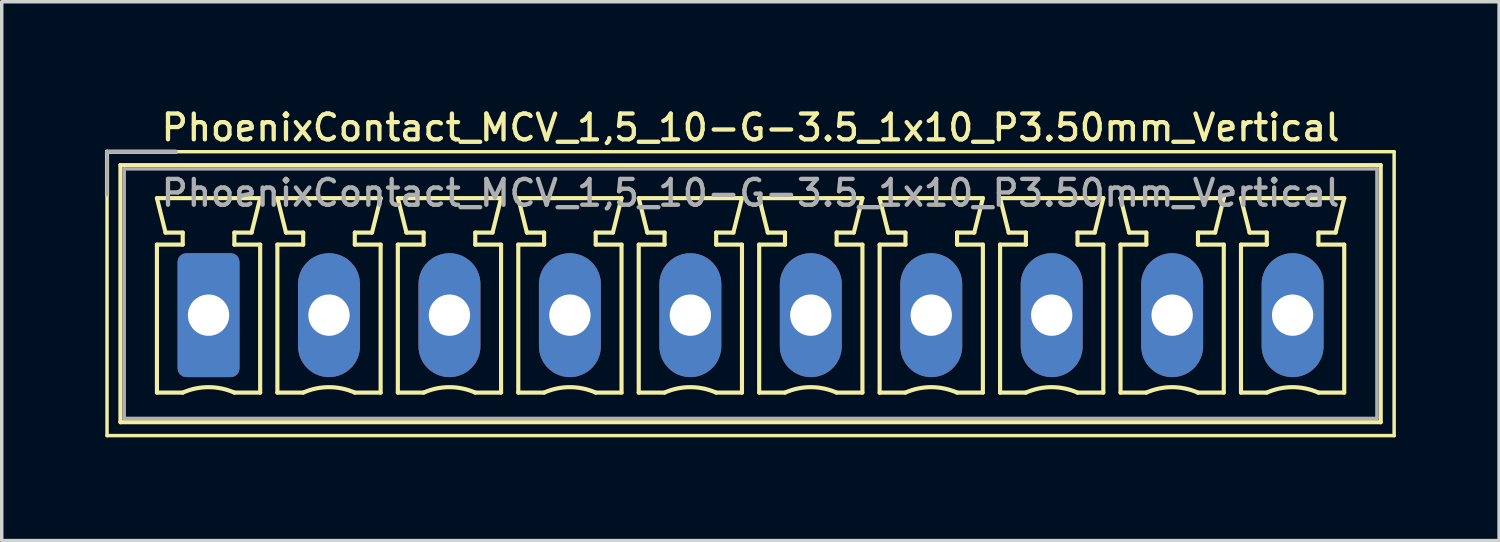
<source format=kicad_pcb>
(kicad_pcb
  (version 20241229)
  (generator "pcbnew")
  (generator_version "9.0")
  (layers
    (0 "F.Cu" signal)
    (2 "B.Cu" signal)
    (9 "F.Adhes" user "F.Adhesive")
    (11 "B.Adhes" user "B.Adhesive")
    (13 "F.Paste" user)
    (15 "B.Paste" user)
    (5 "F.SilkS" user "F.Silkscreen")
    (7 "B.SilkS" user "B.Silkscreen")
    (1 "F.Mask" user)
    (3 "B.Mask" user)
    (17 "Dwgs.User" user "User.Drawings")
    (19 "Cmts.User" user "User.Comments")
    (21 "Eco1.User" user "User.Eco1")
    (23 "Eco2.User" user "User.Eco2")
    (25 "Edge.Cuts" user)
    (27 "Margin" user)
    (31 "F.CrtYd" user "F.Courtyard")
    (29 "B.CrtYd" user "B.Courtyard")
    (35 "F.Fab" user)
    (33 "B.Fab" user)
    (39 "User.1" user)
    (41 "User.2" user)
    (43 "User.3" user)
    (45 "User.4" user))
  (footprint "PhoenixContact_MCV_1,5_10-G-3.5_1x10_P3.50mm_Vertical"
    (layer "F.Cu")
    (at 3.01 6.108)
    (property "Reference" "PhoenixContact_MCV_1,5_10-G-3.5_1x10_P3.50mm_Vertical" (at 15.75 -5.45 0) (layer "F.SilkS") (effects (font (size 0.75 0.75) (thickness 0.125))))
    (attr through_hole)
    (fp_line (start -2.95 -4.75) (end -2.95 3.5) (stroke (width 0.1) (type solid)) (layer "F.SilkS"))
    (fp_line (start -2.95 -4.75) (end -0.95 -4.75) (stroke (width 0.12) (type solid)) (layer "F.SilkS"))
    (fp_line (start -2.95 -3.5) (end -2.95 -4.75) (stroke (width 0.12) (type solid)) (layer "F.SilkS"))
    (fp_line (start -2.95 3.5) (end 34.45 3.5) (stroke (width 0.1) (type solid)) (layer "F.SilkS"))
    (fp_line (start -2.56 -4.36) (end -2.56 3.11) (stroke (width 0.12) (type solid)) (layer "F.SilkS"))
    (fp_line (start -2.56 3.11) (end 34.06 3.11) (stroke (width 0.12) (type solid)) (layer "F.SilkS"))
    (fp_line (start -1.5 -3.4) (end 1.5 -3.4) (stroke (width 0.12) (type solid)) (layer "F.SilkS"))
    (fp_line (start -1.5 -2.05) (end -0.75 -2.05) (stroke (width 0.12) (type solid)) (layer "F.SilkS"))
    (fp_line (start -1.5 2.25) (end -1.5 -2.05) (stroke (width 0.12) (type solid)) (layer "F.SilkS"))
    (fp_line (start -1.25 -2.4) (end -1.5 -3.4) (stroke (width 0.12) (type solid)) (layer "F.SilkS"))
    (fp_line (start -0.75 -2.4) (end -1.25 -2.4) (stroke (width 0.12) (type solid)) (layer "F.SilkS"))
    (fp_line (start -0.75 -2.05) (end -0.75 -2.4) (stroke (width 0.12) (type solid)) (layer "F.SilkS"))
    (fp_line (start -0.75 2.25) (end -1.5 2.25) (stroke (width 0.12) (type solid)) (layer "F.SilkS"))
    (fp_line (start 0.75 -2.4) (end 0.75 -2.05) (stroke (width 0.12) (type solid)) (layer "F.SilkS"))
    (fp_line (start 0.75 -2.05) (end 1.5 -2.05) (stroke (width 0.12) (type solid)) (layer "F.SilkS"))
    (fp_line (start 1.25 -2.4) (end 0.75 -2.4) (stroke (width 0.12) (type solid)) (layer "F.SilkS"))
    (fp_line (start 1.5 -3.4) (end 1.25 -2.4) (stroke (width 0.12) (type solid)) (layer "F.SilkS"))
    (fp_line (start 1.5 -2.05) (end 1.5 2.25) (stroke (width 0.12) (type solid)) (layer "F.SilkS"))
    (fp_line (start 1.5 2.25) (end 0.75 2.25) (stroke (width 0.12) (type solid)) (layer "F.SilkS"))
    (fp_line (start 2 -3.4) (end 5 -3.4) (stroke (width 0.12) (type solid)) (layer "F.SilkS"))
    (fp_line (start 2 -2.05) (end 2.75 -2.05) (stroke (width 0.12) (type solid)) (layer "F.SilkS"))
    (fp_line (start 2 2.25) (end 2 -2.05) (stroke (width 0.12) (type solid)) (layer "F.SilkS"))
    (fp_line (start 2.25 -2.4) (end 2 -3.4) (stroke (width 0.12) (type solid)) (layer "F.SilkS"))
    (fp_line (start 2.75 -2.4) (end 2.25 -2.4) (stroke (width 0.12) (type solid)) (layer "F.SilkS"))
    (fp_line (start 2.75 -2.05) (end 2.75 -2.4) (stroke (width 0.12) (type solid)) (layer "F.SilkS"))
    (fp_line (start 2.75 2.25) (end 2 2.25) (stroke (width 0.12) (type solid)) (layer "F.SilkS"))
    (fp_line (start 4.25 -2.4) (end 4.25 -2.05) (stroke (width 0.12) (type solid)) (layer "F.SilkS"))
    (fp_line (start 4.25 -2.05) (end 5 -2.05) (stroke (width 0.12) (type solid)) (layer "F.SilkS"))
    (fp_line (start 4.75 -2.4) (end 4.25 -2.4) (stroke (width 0.12) (type solid)) (layer "F.SilkS"))
    (fp_line (start 5 -3.4) (end 4.75 -2.4) (stroke (width 0.12) (type solid)) (layer "F.SilkS"))
    (fp_line (start 5 -2.05) (end 5 2.25) (stroke (width 0.12) (type solid)) (layer "F.SilkS"))
    (fp_line (start 5 2.25) (end 4.25 2.25) (stroke (width 0.12) (type solid)) (layer "F.SilkS"))
    (fp_line (start 5.5 -3.4) (end 8.5 -3.4) (stroke (width 0.12) (type solid)) (layer "F.SilkS"))
    (fp_line (start 5.5 -2.05) (end 6.25 -2.05) (stroke (width 0.12) (type solid)) (layer "F.SilkS"))
    (fp_line (start 5.5 2.25) (end 5.5 -2.05) (stroke (width 0.12) (type solid)) (layer "F.SilkS"))
    (fp_line (start 5.75 -2.4) (end 5.5 -3.4) (stroke (width 0.12) (type solid)) (layer "F.SilkS"))
    (fp_line (start 6.25 -2.4) (end 5.75 -2.4) (stroke (width 0.12) (type solid)) (layer "F.SilkS"))
    (fp_line (start 6.25 -2.05) (end 6.25 -2.4) (stroke (width 0.12) (type solid)) (layer "F.SilkS"))
    (fp_line (start 6.25 2.25) (end 5.5 2.25) (stroke (width 0.12) (type solid)) (layer "F.SilkS"))
    (fp_line (start 7.75 -2.4) (end 7.75 -2.05) (stroke (width 0.12) (type solid)) (layer "F.SilkS"))
    (fp_line (start 7.75 -2.05) (end 8.5 -2.05) (stroke (width 0.12) (type solid)) (layer "F.SilkS"))
    (fp_line (start 8.25 -2.4) (end 7.75 -2.4) (stroke (width 0.12) (type solid)) (layer "F.SilkS"))
    (fp_line (start 8.5 -3.4) (end 8.25 -2.4) (stroke (width 0.12) (type solid)) (layer "F.SilkS"))
    (fp_line (start 8.5 -2.05) (end 8.5 2.25) (stroke (width 0.12) (type solid)) (layer "F.SilkS"))
    (fp_line (start 8.5 2.25) (end 7.75 2.25) (stroke (width 0.12) (type solid)) (layer "F.SilkS"))
    (fp_line (start 9 -3.4) (end 12 -3.4) (stroke (width 0.12) (type solid)) (layer "F.SilkS"))
    (fp_line (start 9 -2.05) (end 9.75 -2.05) (stroke (width 0.12) (type solid)) (layer "F.SilkS"))
    (fp_line (start 9 2.25) (end 9 -2.05) (stroke (width 0.12) (type solid)) (layer "F.SilkS"))
    (fp_line (start 9.25 -2.4) (end 9 -3.4) (stroke (width 0.12) (type solid)) (layer "F.SilkS"))
    (fp_line (start 9.75 -2.4) (end 9.25 -2.4) (stroke (width 0.12) (type solid)) (layer "F.SilkS"))
    (fp_line (start 9.75 -2.05) (end 9.75 -2.4) (stroke (width 0.12) (type solid)) (layer "F.SilkS"))
    (fp_line (start 9.75 2.25) (end 9 2.25) (stroke (width 0.12) (type solid)) (layer "F.SilkS"))
    (fp_line (start 11.25 -2.4) (end 11.25 -2.05) (stroke (width 0.12) (type solid)) (layer "F.SilkS"))
    (fp_line (start 11.25 -2.05) (end 12 -2.05) (stroke (width 0.12) (type solid)) (layer "F.SilkS"))
    (fp_line (start 11.75 -2.4) (end 11.25 -2.4) (stroke (width 0.12) (type solid)) (layer "F.SilkS"))
    (fp_line (start 12 -3.4) (end 11.75 -2.4) (stroke (width 0.12) (type solid)) (layer "F.SilkS"))
    (fp_line (start 12 -2.05) (end 12 2.25) (stroke (width 0.12) (type solid)) (layer "F.SilkS"))
    (fp_line (start 12 2.25) (end 11.25 2.25) (stroke (width 0.12) (type solid)) (layer "F.SilkS"))
    (fp_line (start 12.5 -3.4) (end 15.5 -3.4) (stroke (width 0.12) (type solid)) (layer "F.SilkS"))
    (fp_line (start 12.5 -2.05) (end 13.25 -2.05) (stroke (width 0.12) (type solid)) (layer "F.SilkS"))
    (fp_line (start 12.5 2.25) (end 12.5 -2.05) (stroke (width 0.12) (type solid)) (layer "F.SilkS"))
    (fp_line (start 12.75 -2.4) (end 12.5 -3.4) (stroke (width 0.12) (type solid)) (layer "F.SilkS"))
    (fp_line (start 13.25 -2.4) (end 12.75 -2.4) (stroke (width 0.12) (type solid)) (layer "F.SilkS"))
    (fp_line (start 13.25 -2.05) (end 13.25 -2.4) (stroke (width 0.12) (type solid)) (layer "F.SilkS"))
    (fp_line (start 13.25 2.25) (end 12.5 2.25) (stroke (width 0.12) (type solid)) (layer "F.SilkS"))
    (fp_line (start 14.75 -2.4) (end 14.75 -2.05) (stroke (width 0.12) (type solid)) (layer "F.SilkS"))
    (fp_line (start 14.75 -2.05) (end 15.5 -2.05) (stroke (width 0.12) (type solid)) (layer "F.SilkS"))
    (fp_line (start 15.25 -2.4) (end 14.75 -2.4) (stroke (width 0.12) (type solid)) (layer "F.SilkS"))
    (fp_line (start 15.5 -3.4) (end 15.25 -2.4) (stroke (width 0.12) (type solid)) (layer "F.SilkS"))
    (fp_line (start 15.5 -2.05) (end 15.5 2.25) (stroke (width 0.12) (type solid)) (layer "F.SilkS"))
    (fp_line (start 15.5 2.25) (end 14.75 2.25) (stroke (width 0.12) (type solid)) (layer "F.SilkS"))
    (fp_line (start 16 -3.4) (end 19 -3.4) (stroke (width 0.12) (type solid)) (layer "F.SilkS"))
    (fp_line (start 16 -2.05) (end 16.75 -2.05) (stroke (width 0.12) (type solid)) (layer "F.SilkS"))
    (fp_line (start 16 2.25) (end 16 -2.05) (stroke (width 0.12) (type solid)) (layer "F.SilkS"))
    (fp_line (start 16.25 -2.4) (end 16 -3.4) (stroke (width 0.12) (type solid)) (layer "F.SilkS"))
    (fp_line (start 16.75 -2.4) (end 16.25 -2.4) (stroke (width 0.12) (type solid)) (layer "F.SilkS"))
    (fp_line (start 16.75 -2.05) (end 16.75 -2.4) (stroke (width 0.12) (type solid)) (layer "F.SilkS"))
    (fp_line (start 16.75 2.25) (end 16 2.25) (stroke (width 0.12) (type solid)) (layer "F.SilkS"))
    (fp_line (start 18.25 -2.4) (end 18.25 -2.05) (stroke (width 0.12) (type solid)) (layer "F.SilkS"))
    (fp_line (start 18.25 -2.05) (end 19 -2.05) (stroke (width 0.12) (type solid)) (layer "F.SilkS"))
    (fp_line (start 18.75 -2.4) (end 18.25 -2.4) (stroke (width 0.12) (type solid)) (layer "F.SilkS"))
    (fp_line (start 19 -3.4) (end 18.75 -2.4) (stroke (width 0.12) (type solid)) (layer "F.SilkS"))
    (fp_line (start 19 -2.05) (end 19 2.25) (stroke (width 0.12) (type solid)) (layer "F.SilkS"))
    (fp_line (start 19 2.25) (end 18.25 2.25) (stroke (width 0.12) (type solid)) (layer "F.SilkS"))
    (fp_line (start 19.5 -3.4) (end 22.5 -3.4) (stroke (width 0.12) (type solid)) (layer "F.SilkS"))
    (fp_line (start 19.5 -2.05) (end 20.25 -2.05) (stroke (width 0.12) (type solid)) (layer "F.SilkS"))
    (fp_line (start 19.5 2.25) (end 19.5 -2.05) (stroke (width 0.12) (type solid)) (layer "F.SilkS"))
    (fp_line (start 19.75 -2.4) (end 19.5 -3.4) (stroke (width 0.12) (type solid)) (layer "F.SilkS"))
    (fp_line (start 20.25 -2.4) (end 19.75 -2.4) (stroke (width 0.12) (type solid)) (layer "F.SilkS"))
    (fp_line (start 20.25 -2.05) (end 20.25 -2.4) (stroke (width 0.12) (type solid)) (layer "F.SilkS"))
    (fp_line (start 20.25 2.25) (end 19.5 2.25) (stroke (width 0.12) (type solid)) (layer "F.SilkS"))
    (fp_line (start 21.75 -2.4) (end 21.75 -2.05) (stroke (width 0.12) (type solid)) (layer "F.SilkS"))
    (fp_line (start 21.75 -2.05) (end 22.5 -2.05) (stroke (width 0.12) (type solid)) (layer "F.SilkS"))
    (fp_line (start 22.25 -2.4) (end 21.75 -2.4) (stroke (width 0.12) (type solid)) (layer "F.SilkS"))
    (fp_line (start 22.5 -3.4) (end 22.25 -2.4) (stroke (width 0.12) (type solid)) (layer "F.SilkS"))
    (fp_line (start 22.5 -2.05) (end 22.5 2.25) (stroke (width 0.12) (type solid)) (layer "F.SilkS"))
    (fp_line (start 22.5 2.25) (end 21.75 2.25) (stroke (width 0.12) (type solid)) (layer "F.SilkS"))
    (fp_line (start 23 -3.4) (end 26 -3.4) (stroke (width 0.12) (type solid)) (layer "F.SilkS"))
    (fp_line (start 23 -2.05) (end 23.75 -2.05) (stroke (width 0.12) (type solid)) (layer "F.SilkS"))
    (fp_line (start 23 2.25) (end 23 -2.05) (stroke (width 0.12) (type solid)) (layer "F.SilkS"))
    (fp_line (start 23.25 -2.4) (end 23 -3.4) (stroke (width 0.12) (type solid)) (layer "F.SilkS"))
    (fp_line (start 23.75 -2.4) (end 23.25 -2.4) (stroke (width 0.12) (type solid)) (layer "F.SilkS"))
    (fp_line (start 23.75 -2.05) (end 23.75 -2.4) (stroke (width 0.12) (type solid)) (layer "F.SilkS"))
    (fp_line (start 23.75 2.25) (end 23 2.25) (stroke (width 0.12) (type solid)) (layer "F.SilkS"))
    (fp_line (start 25.25 -2.4) (end 25.25 -2.05) (stroke (width 0.12) (type solid)) (layer "F.SilkS"))
    (fp_line (start 25.25 -2.05) (end 26 -2.05) (stroke (width 0.12) (type solid)) (layer "F.SilkS"))
    (fp_line (start 25.75 -2.4) (end 25.25 -2.4) (stroke (width 0.12) (type solid)) (layer "F.SilkS"))
    (fp_line (start 26 -3.4) (end 25.75 -2.4) (stroke (width 0.12) (type solid)) (layer "F.SilkS"))
    (fp_line (start 26 -2.05) (end 26 2.25) (stroke (width 0.12) (type solid)) (layer "F.SilkS"))
    (fp_line (start 26 2.25) (end 25.25 2.25) (stroke (width 0.12) (type solid)) (layer "F.SilkS"))
    (fp_line (start 26.5 -3.4) (end 29.5 -3.4) (stroke (width 0.12) (type solid)) (layer "F.SilkS"))
    (fp_line (start 26.5 -2.05) (end 27.25 -2.05) (stroke (width 0.12) (type solid)) (layer "F.SilkS"))
    (fp_line (start 26.5 2.25) (end 26.5 -2.05) (stroke (width 0.12) (type solid)) (layer "F.SilkS"))
    (fp_line (start 26.75 -2.4) (end 26.5 -3.4) (stroke (width 0.12) (type solid)) (layer "F.SilkS"))
    (fp_line (start 27.25 -2.4) (end 26.75 -2.4) (stroke (width 0.12) (type solid)) (layer "F.SilkS"))
    (fp_line (start 27.25 -2.05) (end 27.25 -2.4) (stroke (width 0.12) (type solid)) (layer "F.SilkS"))
    (fp_line (start 27.25 2.25) (end 26.5 2.25) (stroke (width 0.12) (type solid)) (layer "F.SilkS"))
    (fp_line (start 28.75 -2.4) (end 28.75 -2.05) (stroke (width 0.12) (type solid)) (layer "F.SilkS"))
    (fp_line (start 28.75 -2.05) (end 29.5 -2.05) (stroke (width 0.12) (type solid)) (layer "F.SilkS"))
    (fp_line (start 29.25 -2.4) (end 28.75 -2.4) (stroke (width 0.12) (type solid)) (layer "F.SilkS"))
    (fp_line (start 29.5 -3.4) (end 29.25 -2.4) (stroke (width 0.12) (type solid)) (layer "F.SilkS"))
    (fp_line (start 29.5 -2.05) (end 29.5 2.25) (stroke (width 0.12) (type solid)) (layer "F.SilkS"))
    (fp_line (start 29.5 2.25) (end 28.75 2.25) (stroke (width 0.12) (type solid)) (layer "F.SilkS"))
    (fp_line (start 30 -3.4) (end 33 -3.4) (stroke (width 0.12) (type solid)) (layer "F.SilkS"))
    (fp_line (start 30 -2.05) (end 30.75 -2.05) (stroke (width 0.12) (type solid)) (layer "F.SilkS"))
    (fp_line (start 30 2.25) (end 30 -2.05) (stroke (width 0.12) (type solid)) (layer "F.SilkS"))
    (fp_line (start 30.25 -2.4) (end 30 -3.4) (stroke (width 0.12) (type solid)) (layer "F.SilkS"))
    (fp_line (start 30.75 -2.4) (end 30.25 -2.4) (stroke (width 0.12) (type solid)) (layer "F.SilkS"))
    (fp_line (start 30.75 -2.05) (end 30.75 -2.4) (stroke (width 0.12) (type solid)) (layer "F.SilkS"))
    (fp_line (start 30.75 2.25) (end 30 2.25) (stroke (width 0.12) (type solid)) (layer "F.SilkS"))
    (fp_line (start 32.25 -2.4) (end 32.25 -2.05) (stroke (width 0.12) (type solid)) (layer "F.SilkS"))
    (fp_line (start 32.25 -2.05) (end 33 -2.05) (stroke (width 0.12) (type solid)) (layer "F.SilkS"))
    (fp_line (start 32.75 -2.4) (end 32.25 -2.4) (stroke (width 0.12) (type solid)) (layer "F.SilkS"))
    (fp_line (start 33 -3.4) (end 32.75 -2.4) (stroke (width 0.12) (type solid)) (layer "F.SilkS"))
    (fp_line (start 33 -2.05) (end 33 2.25) (stroke (width 0.12) (type solid)) (layer "F.SilkS"))
    (fp_line (start 33 2.25) (end 32.25 2.25) (stroke (width 0.12) (type solid)) (layer "F.SilkS"))
    (fp_line (start 34.06 -4.36) (end -2.56 -4.36) (stroke (width 0.12) (type solid)) (layer "F.SilkS"))
    (fp_line (start 34.06 3.11) (end 34.06 -4.36) (stroke (width 0.12) (type solid)) (layer "F.SilkS"))
    (fp_line (start 34.45 -4.75) (end -2.95 -4.75) (stroke (width 0.1) (type solid)) (layer "F.SilkS"))
    (fp_line (start 34.45 3.5) (end 34.45 -4.75) (stroke (width 0.1) (type solid)) (layer "F.SilkS"))
    (fp_arc (start -0.75 2.25) (mid -0.000193 2.09191) (end 0.749647 2.249844) (stroke (width 0.12) (type solid)) (layer "F.SilkS"))
    (fp_arc (start 2.75 2.25) (mid 3.499807 2.09191) (end 4.249647 2.249844) (stroke (width 0.12) (type solid)) (layer "F.SilkS"))
    (fp_arc (start 6.25 2.25) (mid 6.999807 2.09191) (end 7.749647 2.249844) (stroke (width 0.12) (type solid)) (layer "F.SilkS"))
    (fp_arc (start 9.75 2.25) (mid 10.499807 2.09191) (end 11.249647 2.249844) (stroke (width 0.12) (type solid)) (layer "F.SilkS"))
    (fp_arc (start 13.25 2.25) (mid 13.999807 2.09191) (end 14.749647 2.249844) (stroke (width 0.12) (type solid)) (layer "F.SilkS"))
    (fp_arc (start 16.75 2.25) (mid 17.499807 2.09191) (end 18.249647 2.249844) (stroke (width 0.12) (type solid)) (layer "F.SilkS"))
    (fp_arc (start 20.25 2.25) (mid 20.999807 2.09191) (end 21.749647 2.249844) (stroke (width 0.12) (type solid)) (layer "F.SilkS"))
    (fp_arc (start 23.75 2.25) (mid 24.499807 2.09191) (end 25.249647 2.249844) (stroke (width 0.12) (type solid)) (layer "F.SilkS"))
    (fp_arc (start 27.25 2.25) (mid 27.999807 2.09191) (end 28.749647 2.249844) (stroke (width 0.12) (type solid)) (layer "F.SilkS"))
    (fp_arc (start 30.75 2.25) (mid 31.499807 2.09191) (end 32.249647 2.249844) (stroke (width 0.12) (type solid)) (layer "F.SilkS"))
    (fp_line (start -2.95 -4.75) (end -0.95 -4.75) (stroke (width 0.1) (type solid)) (layer "F.Fab"))
    (fp_line (start -2.95 -3.5) (end -2.95 -4.75) (stroke (width 0.1) (type solid)) (layer "F.Fab"))
    (fp_line (start -2.45 -4.25) (end -2.45 3) (stroke (width 0.1) (type solid)) (layer "F.Fab"))
    (fp_line (start -2.45 3) (end 33.95 3) (stroke (width 0.1) (type solid)) (layer "F.Fab"))
    (fp_line (start 33.95 -4.25) (end -2.45 -4.25) (stroke (width 0.1) (type solid)) (layer "F.Fab"))
    (fp_line (start 33.95 3) (end 33.95 -4.25) (stroke (width 0.1) (type solid)) (layer "F.Fab"))
    (fp_text user "${REFERENCE}" (at 15.75 -3.55 0) (layer "F.Fab") (effects (font (size 0.75 0.75) (thickness 0.125))))
    (pad "1" thru_hole roundrect (at 0 0) (size 1.8 3.6) (drill 1.2) (layers "*.Cu" "*.Mask") (roundrect_rratio 0.139))
    (pad "2" thru_hole oval (at 3.5 0) (size 1.8 3.6) (drill 1.2) (layers "*.Cu" "*.Mask"))
    (pad "3" thru_hole oval (at 7 0) (size 1.8 3.6) (drill 1.2) (layers "*.Cu" "*.Mask"))
    (pad "4" thru_hole oval (at 10.5 0) (size 1.8 3.6) (drill 1.2) (layers "*.Cu" "*.Mask"))
    (pad "5" thru_hole oval (at 14 0) (size 1.8 3.6) (drill 1.2) (layers "*.Cu" "*.Mask"))
    (pad "6" thru_hole oval (at 17.5 0) (size 1.8 3.6) (drill 1.2) (layers "*.Cu" "*.Mask"))
    (pad "7" thru_hole oval (at 21 0) (size 1.8 3.6) (drill 1.2) (layers "*.Cu" "*.Mask"))
    (pad "8" thru_hole oval (at 24.5 0) (size 1.8 3.6) (drill 1.2) (layers "*.Cu" "*.Mask"))
    (pad "9" thru_hole oval (at 28 0) (size 1.8 3.6) (drill 1.2) (layers "*.Cu" "*.Mask"))
    (pad "10" thru_hole oval (at 31.5 0) (size 1.8 3.6) (drill 1.2) (layers "*.Cu" "*.Mask")))
  (gr_rect
    (start -3 -3)
    (end 40.51 12.658)
    (stroke (width 0.1) (type default))
    (fill no)
    (layer "Edge.Cuts")))
</source>
